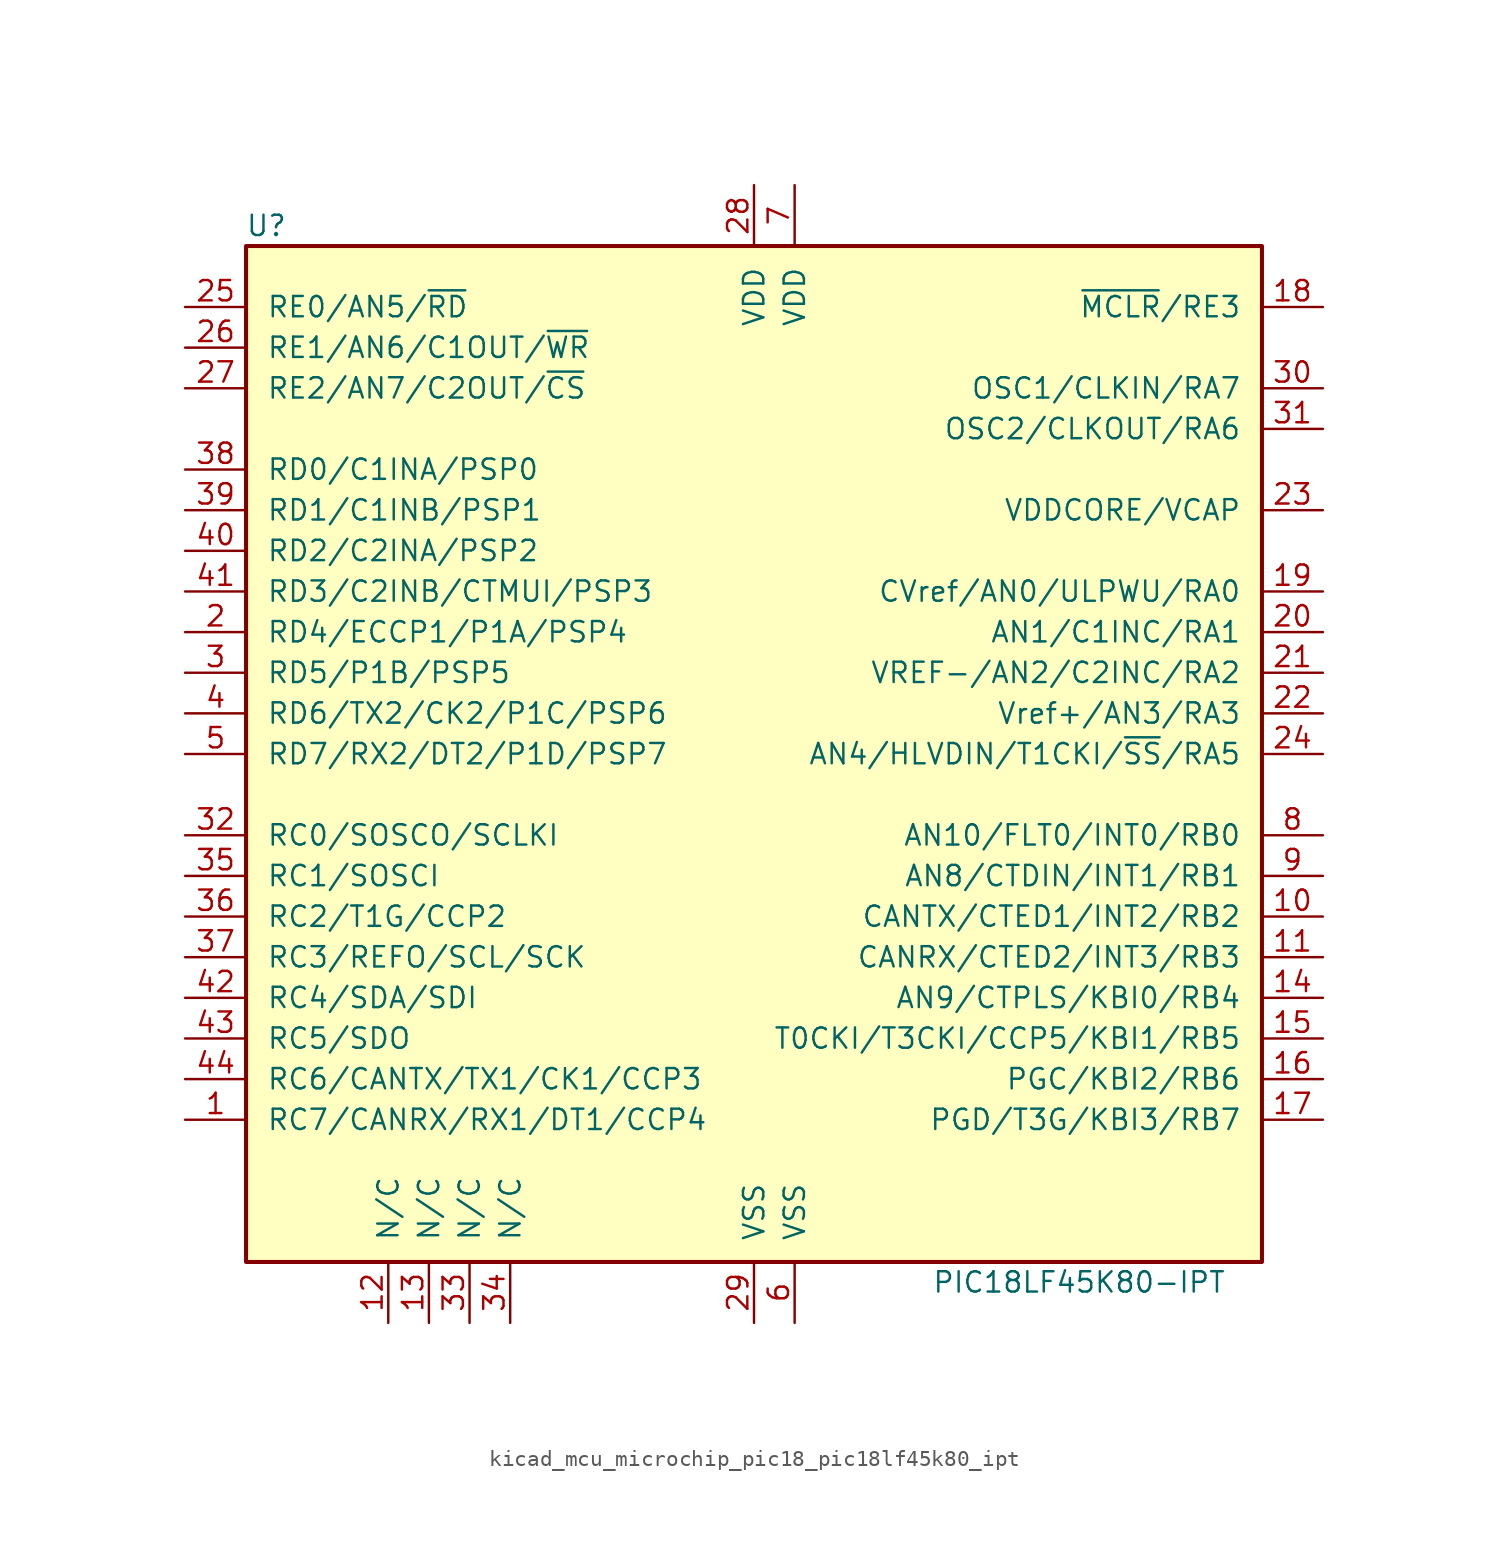
<source format=kicad_sym>
(kicad_symbol_lib
  (version 20220914)
  (generator kicad_symbol_editor)
  (symbol "kicad_mcu_microchip_pic18_pic18lf45k80_ipt"
    (pin_names
      (offset 1.27))
    (property "Reference" "U"
      (at -30.48 33.02 0)
      (effects (font (size 1.27 1.27))))
    (property "Value" "PIC18LF45K80-IPT"
      (at 20.32 -33.02 0)
      (effects (font (size 1.27 1.27))))
    (symbol "kicad_mcu_microchip_pic18_pic18lf45k80_ipt_0_1"
      (rectangle (start -31.75 31.75) (end 31.75 -31.75) (stroke (width 0.254) (type default)) (fill (type background))))
    (symbol "kicad_mcu_microchip_pic18_pic18lf45k80_ipt_1_1"
      (pin bidirectional line (at -35.56 -22.86 0) (length 3.81) (name "RC7/CANRX/RX1/DT1/CCP4" (effects (font (size 1.27 1.27)))) (number "1" (effects (font (size 1.27 1.27)))))
      (pin bidirectional line (at 35.56 -10.16 180) (length 3.81) (name "CANTX/CTED1/INT2/RB2" (effects (font (size 1.27 1.27)))) (number "10" (effects (font (size 1.27 1.27)))))
      (pin bidirectional line (at 35.56 -12.7 180) (length 3.81) (name "CANRX/CTED2/INT3/RB3" (effects (font (size 1.27 1.27)))) (number "11" (effects (font (size 1.27 1.27)))))
      (pin bidirectional line (at -22.86 -35.56 90) (length 3.81) (name "N/C" (effects (font (size 1.27 1.27)))) (number "12" (effects (font (size 1.27 1.27)))))
      (pin bidirectional line (at -20.32 -35.56 90) (length 3.81) (name "N/C" (effects (font (size 1.27 1.27)))) (number "13" (effects (font (size 1.27 1.27)))))
      (pin bidirectional line (at 35.56 -15.24 180) (length 3.81) (name "AN9/CTPLS/KBI0/RB4" (effects (font (size 1.27 1.27)))) (number "14" (effects (font (size 1.27 1.27)))))
      (pin bidirectional line (at 35.56 -17.78 180) (length 3.81) (name "T0CKI/T3CKI/CCP5/KBI1/RB5" (effects (font (size 1.27 1.27)))) (number "15" (effects (font (size 1.27 1.27)))))
      (pin bidirectional line (at 35.56 -20.32 180) (length 3.81) (name "PGC/KBI2/RB6" (effects (font (size 1.27 1.27)))) (number "16" (effects (font (size 1.27 1.27)))))
      (pin bidirectional line (at 35.56 -22.86 180) (length 3.81) (name "PGD/T3G/KBI3/RB7" (effects (font (size 1.27 1.27)))) (number "17" (effects (font (size 1.27 1.27)))))
      (pin input line (at 35.56 27.94 180) (length 3.81) (name "~{MCLR}/RE3" (effects (font (size 1.27 1.27)))) (number "18" (effects (font (size 1.27 1.27)))))
      (pin bidirectional line (at 35.56 10.16 180) (length 3.81) (name "CVref/AN0/ULPWU/RA0" (effects (font (size 1.27 1.27)))) (number "19" (effects (font (size 1.27 1.27)))))
      (pin bidirectional line (at -35.56 7.62 0) (length 3.81) (name "RD4/ECCP1/P1A/PSP4" (effects (font (size 1.27 1.27)))) (number "2" (effects (font (size 1.27 1.27)))))
      (pin bidirectional line (at 35.56 7.62 180) (length 3.81) (name "AN1/C1INC/RA1" (effects (font (size 1.27 1.27)))) (number "20" (effects (font (size 1.27 1.27)))))
      (pin bidirectional line (at 35.56 5.08 180) (length 3.81) (name "VREF-/AN2/C2INC/RA2" (effects (font (size 1.27 1.27)))) (number "21" (effects (font (size 1.27 1.27)))))
      (pin bidirectional line (at 35.56 2.54 180) (length 3.81) (name "Vref+/AN3/RA3" (effects (font (size 1.27 1.27)))) (number "22" (effects (font (size 1.27 1.27)))))
      (pin passive line (at 35.56 15.24 180) (length 3.81) (name "VDDCORE/VCAP" (effects (font (size 1.27 1.27)))) (number "23" (effects (font (size 1.27 1.27)))))
      (pin bidirectional line (at 35.56 0 180) (length 3.81) (name "AN4/HLVDIN/T1CKI/~{SS}/RA5" (effects (font (size 1.27 1.27)))) (number "24" (effects (font (size 1.27 1.27)))))
      (pin bidirectional line (at -35.56 27.94 0) (length 3.81) (name "RE0/AN5/~{RD}" (effects (font (size 1.27 1.27)))) (number "25" (effects (font (size 1.27 1.27)))))
      (pin bidirectional line (at -35.56 25.4 0) (length 3.81) (name "RE1/AN6/C1OUT/~{WR}" (effects (font (size 1.27 1.27)))) (number "26" (effects (font (size 1.27 1.27)))))
      (pin power_in line (at -35.56 22.86 0) (length 3.81) (name "RE2/AN7/C2OUT/~{CS}" (effects (font (size 1.27 1.27)))) (number "27" (effects (font (size 1.27 1.27)))))
      (pin power_in line (at 0 35.56 270) (length 3.81) (name "VDD" (effects (font (size 1.27 1.27)))) (number "28" (effects (font (size 1.27 1.27)))))
      (pin power_in line (at 0 -35.56 90) (length 3.81) (name "VSS" (effects (font (size 1.27 1.27)))) (number "29" (effects (font (size 1.27 1.27)))))
      (pin bidirectional line (at -35.56 5.08 0) (length 3.81) (name "RD5/P1B/PSP5" (effects (font (size 1.27 1.27)))) (number "3" (effects (font (size 1.27 1.27)))))
      (pin input line (at 35.56 22.86 180) (length 3.81) (name "OSC1/CLKIN/RA7" (effects (font (size 1.27 1.27)))) (number "30" (effects (font (size 1.27 1.27)))))
      (pin output line (at 35.56 20.32 180) (length 3.81) (name "OSC2/CLKOUT/RA6" (effects (font (size 1.27 1.27)))) (number "31" (effects (font (size 1.27 1.27)))))
      (pin bidirectional line (at -35.56 -5.08 0) (length 3.81) (name "RC0/SOSCO/SCLKI" (effects (font (size 1.27 1.27)))) (number "32" (effects (font (size 1.27 1.27)))))
      (pin bidirectional line (at -17.78 -35.56 90) (length 3.81) (name "N/C" (effects (font (size 1.27 1.27)))) (number "33" (effects (font (size 1.27 1.27)))))
      (pin bidirectional line (at -15.24 -35.56 90) (length 3.81) (name "N/C" (effects (font (size 1.27 1.27)))) (number "34" (effects (font (size 1.27 1.27)))))
      (pin bidirectional line (at -35.56 -7.62 0) (length 3.81) (name "RC1/SOSCI" (effects (font (size 1.27 1.27)))) (number "35" (effects (font (size 1.27 1.27)))))
      (pin bidirectional line (at -35.56 -10.16 0) (length 3.81) (name "RC2/T1G/CCP2" (effects (font (size 1.27 1.27)))) (number "36" (effects (font (size 1.27 1.27)))))
      (pin bidirectional line (at -35.56 -12.7 0) (length 3.81) (name "RC3/REFO/SCL/SCK" (effects (font (size 1.27 1.27)))) (number "37" (effects (font (size 1.27 1.27)))))
      (pin bidirectional line (at -35.56 17.78 0) (length 3.81) (name "RD0/C1INA/PSP0" (effects (font (size 1.27 1.27)))) (number "38" (effects (font (size 1.27 1.27)))))
      (pin bidirectional line (at -35.56 15.24 0) (length 3.81) (name "RD1/C1INB/PSP1" (effects (font (size 1.27 1.27)))) (number "39" (effects (font (size 1.27 1.27)))))
      (pin bidirectional line (at -35.56 2.54 0) (length 3.81) (name "RD6/TX2/CK2/P1C/PSP6" (effects (font (size 1.27 1.27)))) (number "4" (effects (font (size 1.27 1.27)))))
      (pin bidirectional line (at -35.56 12.7 0) (length 3.81) (name "RD2/C2INA/PSP2" (effects (font (size 1.27 1.27)))) (number "40" (effects (font (size 1.27 1.27)))))
      (pin bidirectional line (at -35.56 10.16 0) (length 3.81) (name "RD3/C2INB/CTMUI/PSP3" (effects (font (size 1.27 1.27)))) (number "41" (effects (font (size 1.27 1.27)))))
      (pin bidirectional line (at -35.56 -15.24 0) (length 3.81) (name "RC4/SDA/SDI" (effects (font (size 1.27 1.27)))) (number "42" (effects (font (size 1.27 1.27)))))
      (pin bidirectional line (at -35.56 -17.78 0) (length 3.81) (name "RC5/SDO" (effects (font (size 1.27 1.27)))) (number "43" (effects (font (size 1.27 1.27)))))
      (pin bidirectional line (at -35.56 -20.32 0) (length 3.81) (name "RC6/CANTX/TX1/CK1/CCP3" (effects (font (size 1.27 1.27)))) (number "44" (effects (font (size 1.27 1.27)))))
      (pin bidirectional line (at -35.56 0 0) (length 3.81) (name "RD7/RX2/DT2/P1D/PSP7" (effects (font (size 1.27 1.27)))) (number "5" (effects (font (size 1.27 1.27)))))
      (pin power_in line (at 2.54 -35.56 90) (length 3.81) (name "VSS" (effects (font (size 1.27 1.27)))) (number "6" (effects (font (size 1.27 1.27)))))
      (pin power_in line (at 2.54 35.56 270) (length 3.81) (name "VDD" (effects (font (size 1.27 1.27)))) (number "7" (effects (font (size 1.27 1.27)))))
      (pin bidirectional line (at 35.56 -5.08 180) (length 3.81) (name "AN10/FLT0/INT0/RB0" (effects (font (size 1.27 1.27)))) (number "8" (effects (font (size 1.27 1.27)))))
      (pin bidirectional line (at 35.56 -7.62 180) (length 3.81) (name "AN8/CTDIN/INT1/RB1" (effects (font (size 1.27 1.27)))) (number "9" (effects (font (size 1.27 1.27))))))))
</source>
